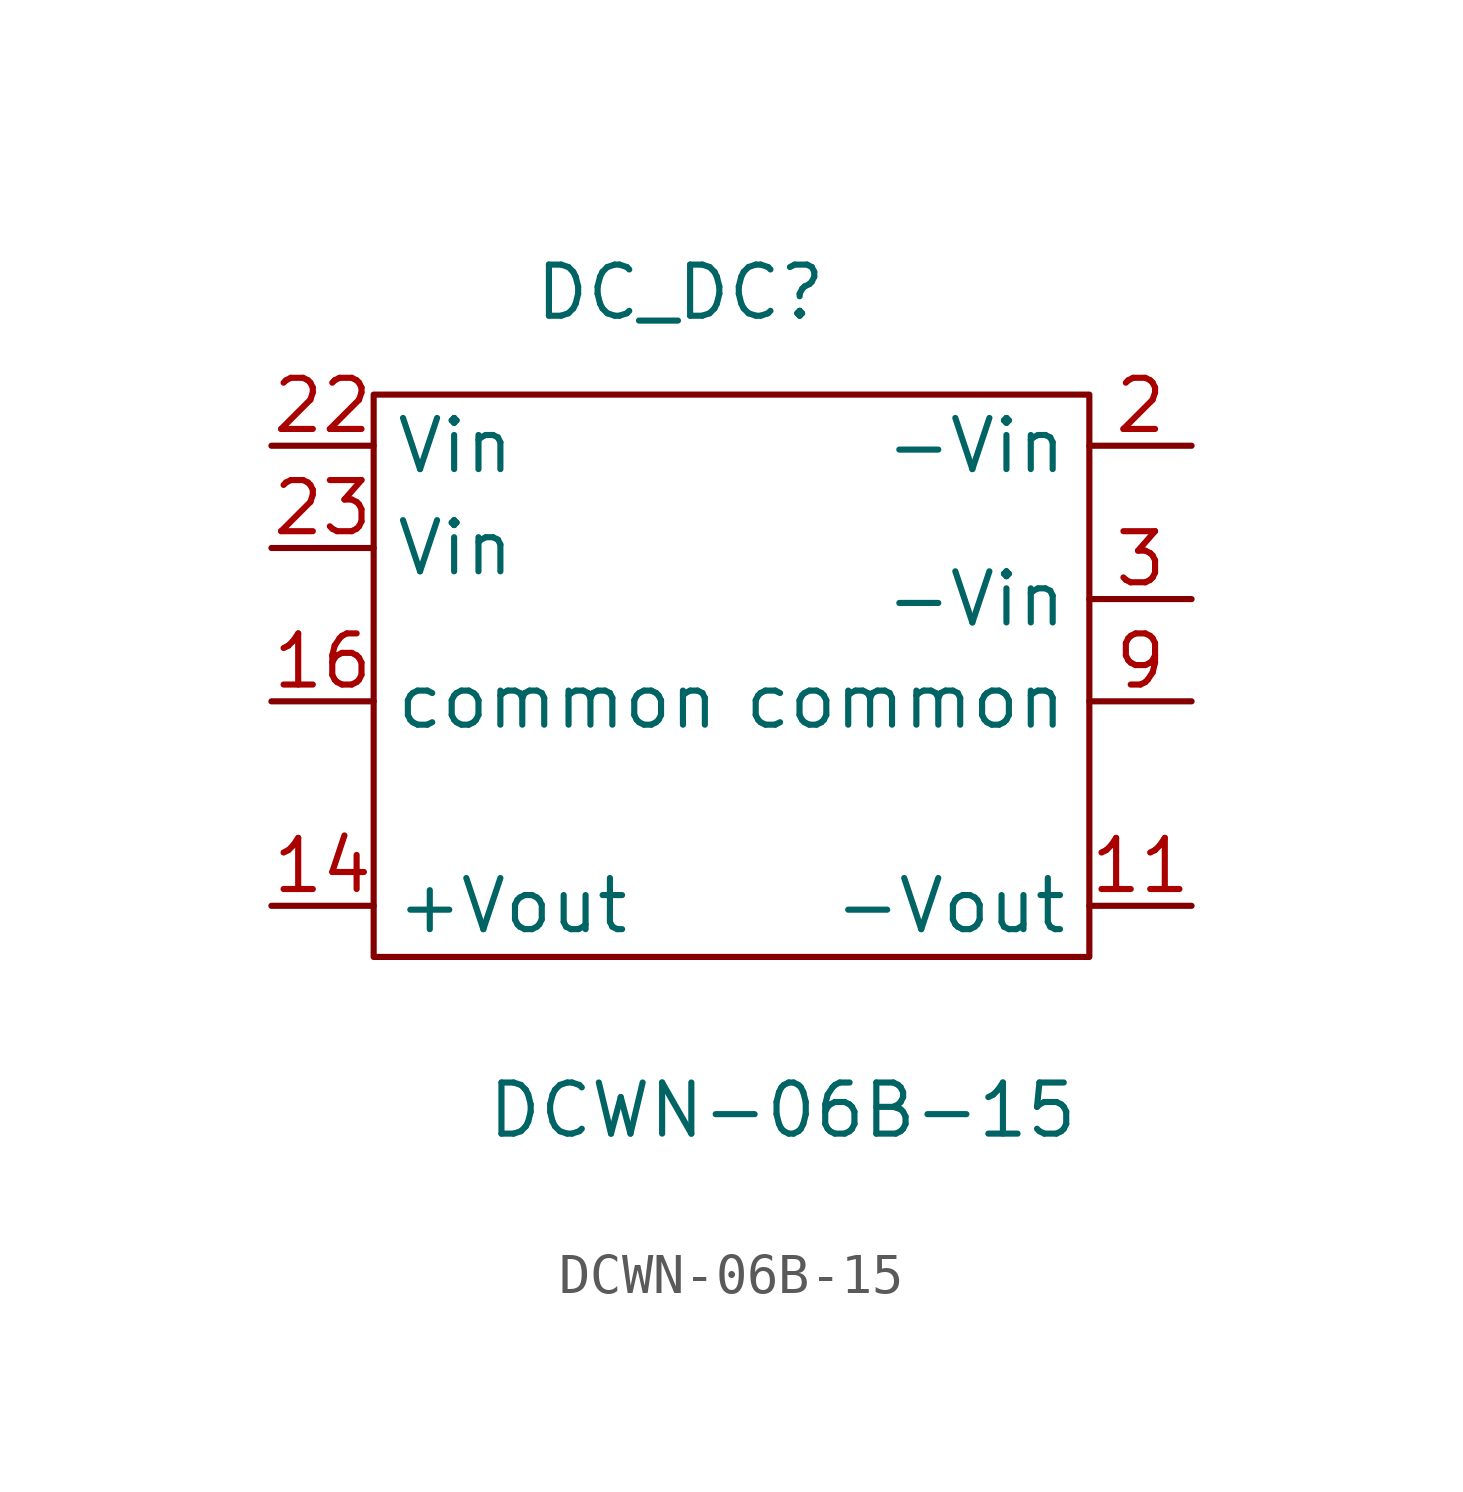
<source format=kicad_sym>
(kicad_symbol_lib
  (version 20211014)
  (generator kicad_symbol_editor)
  (symbol "DCWN-06B-15"
    (property "Reference" "DC_DC"
      (at 0 2.54 0)
      (effects (font (size 1.27 1.27))))
    (property "Value" "DCWN-06B-15"
      (at 2.54 -17.78 0)
      (effects (font (size 1.27 1.27))))
    (symbol "DCWN-06B-15_0_1"
      (rectangle (start -7.62 0) (end 10.16 -13.97) (stroke (width 0) (type default) (color 0 0 0 0)) (fill (type none))))
    (symbol "DCWN-06B-15_1_1"
      (pin output line (at 12.7 -12.7 180) (length 2.54) (name "-Vout" (effects (font (size 1.27 1.27)))) (number "11" (effects (font (size 1.27 1.27)))))
      (pin output line (at -10.16 -12.7 0) (length 2.54) (name "+Vout" (effects (font (size 1.27 1.27)))) (number "14" (effects (font (size 1.27 1.27)))))
      (pin output line (at -10.16 -7.62 0) (length 2.54) (name "common" (effects (font (size 1.27 1.27)))) (number "16" (effects (font (size 1.27 1.27)))))
      (pin input line (at 12.7 -1.27 180) (length 2.54) (name "-Vin" (effects (font (size 1.27 1.27)))) (number "2" (effects (font (size 1.27 1.27)))))
      (pin input line (at -10.16 -1.27 0) (length 2.54) (name "Vin" (effects (font (size 1.27 1.27)))) (number "22" (effects (font (size 1.27 1.27)))))
      (pin input line (at -10.16 -3.81 0) (length 2.54) (name "Vin" (effects (font (size 1.27 1.27)))) (number "23" (effects (font (size 1.27 1.27)))))
      (pin input line (at 12.7 -5.08 180) (length 2.54) (name "-Vin" (effects (font (size 1.27 1.27)))) (number "3" (effects (font (size 1.27 1.27)))))
      (pin output line (at 12.7 -7.62 180) (length 2.54) (name "common" (effects (font (size 1.27 1.27)))) (number "9" (effects (font (size 1.27 1.27))))))))
</source>
